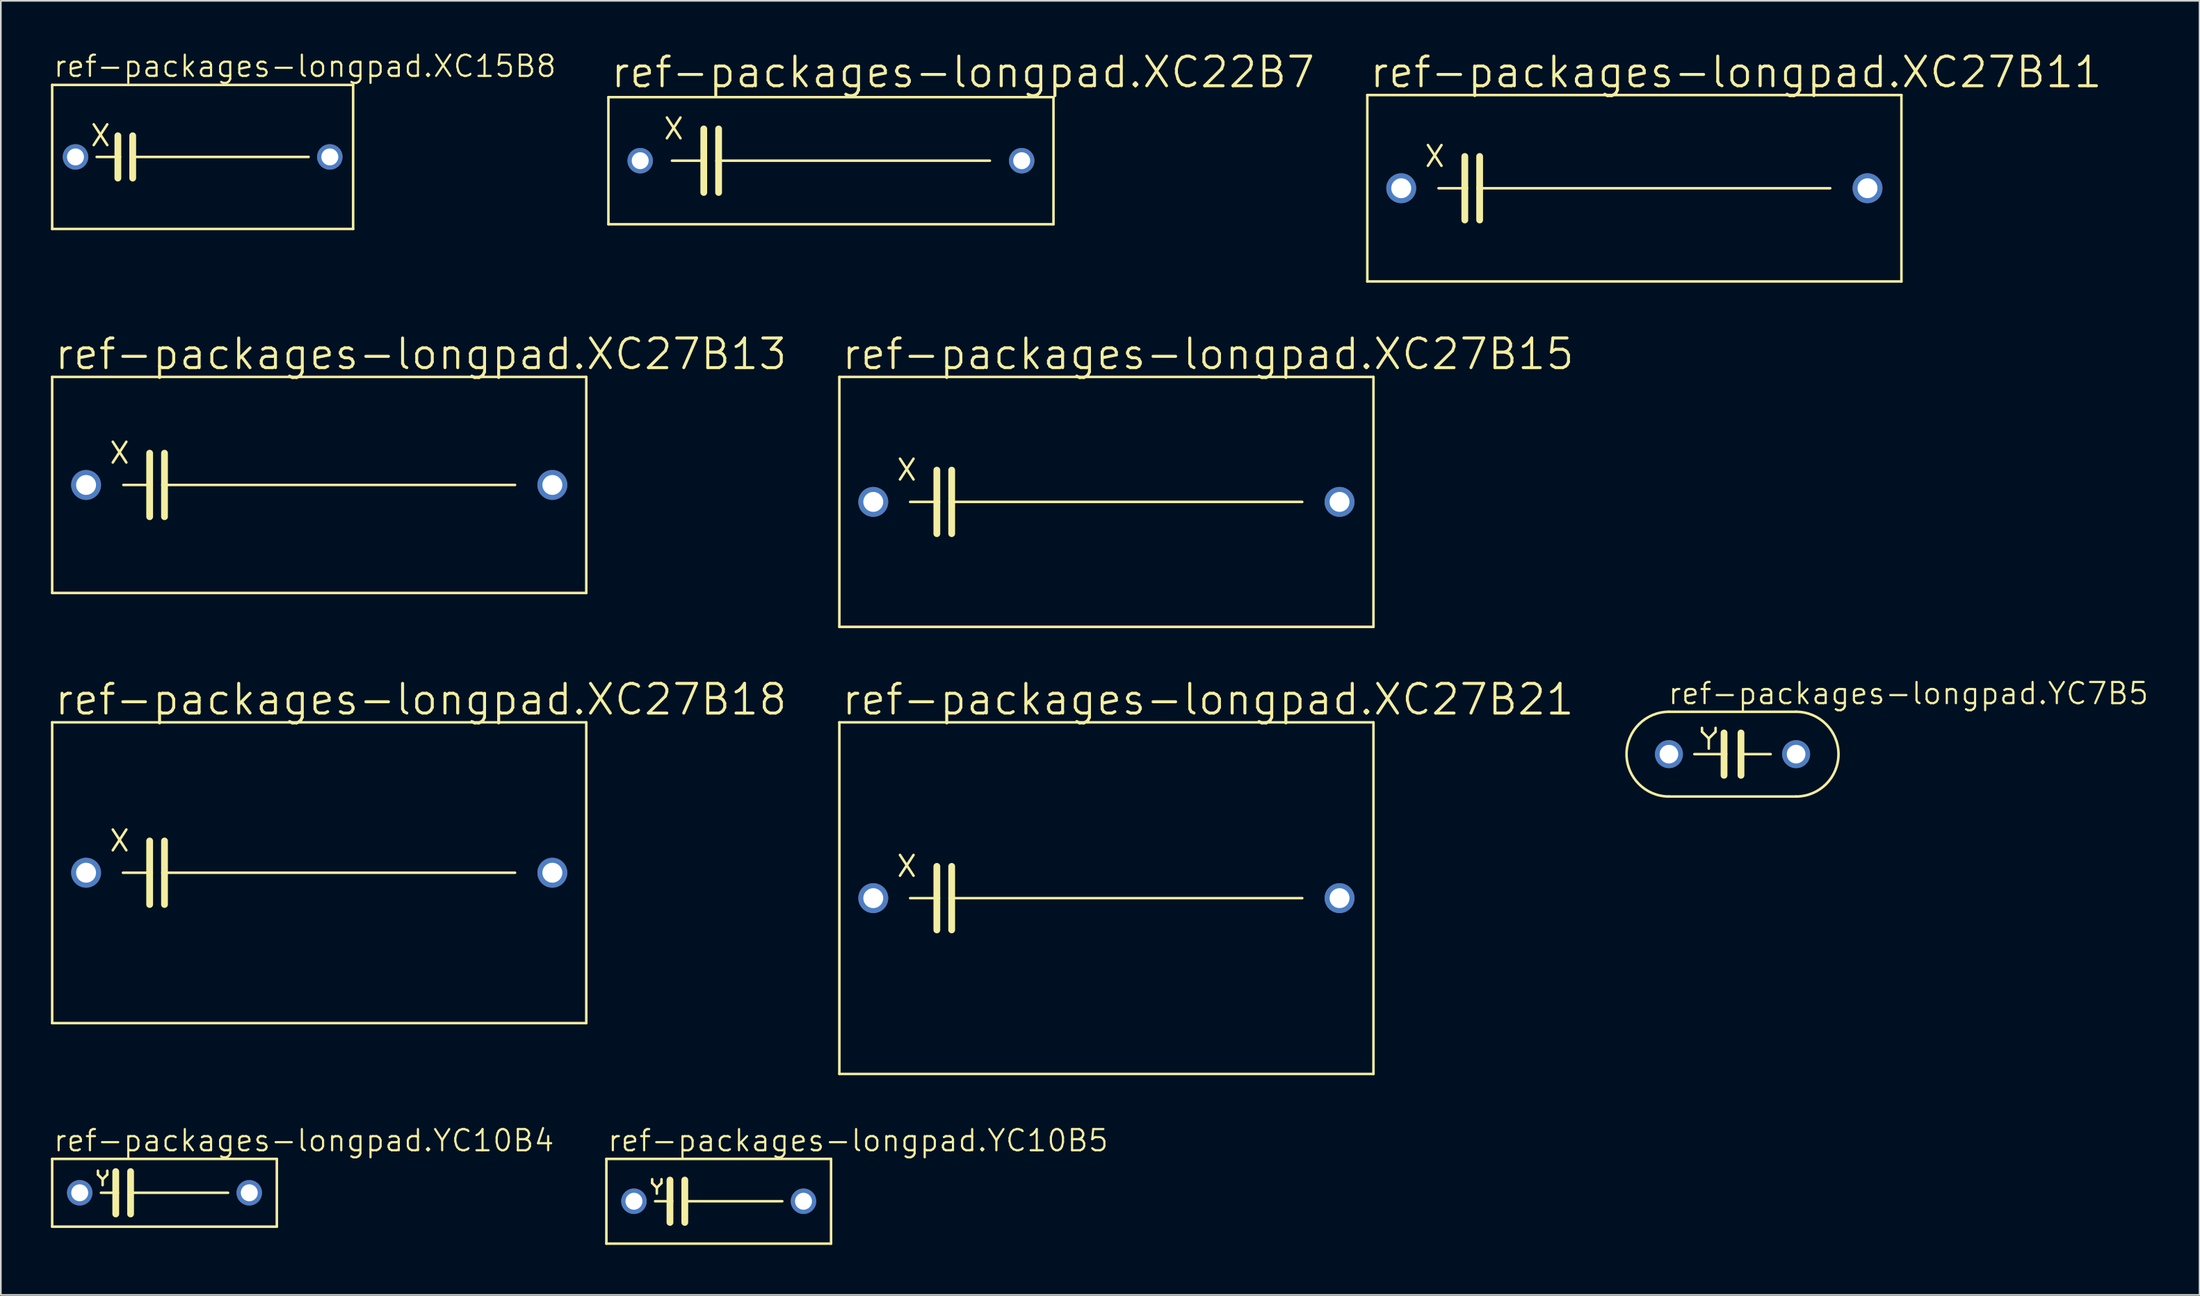
<source format=kicad_pcb>
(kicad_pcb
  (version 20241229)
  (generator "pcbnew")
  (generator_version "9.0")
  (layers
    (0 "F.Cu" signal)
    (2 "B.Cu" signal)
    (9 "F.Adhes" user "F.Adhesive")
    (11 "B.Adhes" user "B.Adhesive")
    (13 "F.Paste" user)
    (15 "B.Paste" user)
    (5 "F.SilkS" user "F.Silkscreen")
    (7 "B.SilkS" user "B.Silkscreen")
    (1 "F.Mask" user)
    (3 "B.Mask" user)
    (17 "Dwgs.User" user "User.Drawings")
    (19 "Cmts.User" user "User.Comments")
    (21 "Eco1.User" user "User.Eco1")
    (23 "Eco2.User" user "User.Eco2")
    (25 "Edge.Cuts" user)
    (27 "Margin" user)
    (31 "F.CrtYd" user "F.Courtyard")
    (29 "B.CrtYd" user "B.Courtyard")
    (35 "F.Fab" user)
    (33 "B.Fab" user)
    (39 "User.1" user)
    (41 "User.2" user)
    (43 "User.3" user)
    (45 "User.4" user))
  (footprint "ref-packages-longpad.XC22B7"
    (layer "F.Cu")
    (at 46.741 6.585)
    (property "Reference" "ref-packages-longpad.XC22B7" (at -13.284 -4.267 0) (layer "F.SilkS") (effects (font (size 1.778 1.778) (thickness 0.18)) (justify left bottom)))
    (attr through_hole)
    (fp_line (start -13.335 -3.81) (end 13.335 -3.81) (stroke (width 0.152) (type default)) (layer "F.SilkS"))
    (fp_line (start -13.335 3.81) (end -13.335 -3.81) (stroke (width 0.152) (type default)) (layer "F.SilkS"))
    (fp_line (start -9.83 -2.591) (end -9.017 -1.346) (stroke (width 0.152) (type default)) (layer "F.SilkS"))
    (fp_line (start -9.83 -1.346) (end -9.017 -2.591) (stroke (width 0.152) (type default)) (layer "F.SilkS"))
    (fp_line (start -9.525 0) (end -7.62 0) (stroke (width 0.152) (type default)) (layer "F.SilkS"))
    (fp_line (start -7.62 -1.905) (end -7.62 0) (stroke (width 0.406) (type default)) (layer "F.SilkS"))
    (fp_line (start -7.62 0) (end -7.62 1.905) (stroke (width 0.406) (type default)) (layer "F.SilkS"))
    (fp_line (start -6.731 -1.905) (end -6.731 0) (stroke (width 0.406) (type default)) (layer "F.SilkS"))
    (fp_line (start -6.731 0) (end -6.731 1.905) (stroke (width 0.406) (type default)) (layer "F.SilkS"))
    (fp_line (start -6.731 0) (end 9.525 0) (stroke (width 0.152) (type default)) (layer "F.SilkS"))
    (fp_line (start 13.335 -3.81) (end 13.335 3.81) (stroke (width 0.152) (type default)) (layer "F.SilkS"))
    (fp_line (start 13.335 3.81) (end -13.335 3.81) (stroke (width 0.152) (type default)) (layer "F.SilkS"))
    (pad "1" thru_hole circle (at -11.43 0) (size 1.524 1.524) (drill 1.016) (layers "*.Cu" "*.Mask"))
    (pad "2" thru_hole circle (at 11.43 0) (size 1.524 1.524) (drill 1.016) (layers "*.Cu" "*.Mask")))
  (footprint "ref-packages-longpad.XC27B21"
    (layer "F.Cu")
    (at 63.247 50.8)
    (property "Reference" "ref-packages-longpad.XC27B21" (at -15.951 -10.871 0) (layer "F.SilkS") (effects (font (size 1.778 1.778) (thickness 0.18)) (justify left bottom)))
    (attr through_hole)
    (fp_line (start -16.002 10.541) (end -16.002 -10.541) (stroke (width 0.152) (type default)) (layer "F.SilkS"))
    (fp_line (start -16.002 10.541) (end 16.002 10.541) (stroke (width 0.152) (type default)) (layer "F.SilkS"))
    (fp_line (start -12.37 -2.591) (end -11.557 -1.346) (stroke (width 0.152) (type default)) (layer "F.SilkS"))
    (fp_line (start -12.37 -1.346) (end -11.557 -2.591) (stroke (width 0.152) (type default)) (layer "F.SilkS"))
    (fp_line (start -11.76 0) (end -10.16 0) (stroke (width 0.152) (type default)) (layer "F.SilkS"))
    (fp_line (start -10.16 -1.905) (end -10.16 0) (stroke (width 0.406) (type default)) (layer "F.SilkS"))
    (fp_line (start -10.16 0) (end -10.16 1.905) (stroke (width 0.406) (type default)) (layer "F.SilkS"))
    (fp_line (start -9.271 -1.905) (end -9.271 0) (stroke (width 0.406) (type default)) (layer "F.SilkS"))
    (fp_line (start -9.271 0) (end -9.271 1.905) (stroke (width 0.406) (type default)) (layer "F.SilkS"))
    (fp_line (start -9.271 0) (end 11.735 0) (stroke (width 0.152) (type default)) (layer "F.SilkS"))
    (fp_line (start 16.002 -10.541) (end -16.002 -10.541) (stroke (width 0.152) (type default)) (layer "F.SilkS"))
    (fp_line (start 16.002 -10.541) (end 16.002 10.541) (stroke (width 0.152) (type default)) (layer "F.SilkS"))
    (pad "1" thru_hole circle (at -13.97 0) (size 1.791 1.791) (drill 1.194) (layers "*.Cu" "*.Mask"))
    (pad "2" thru_hole circle (at 13.97 0) (size 1.791 1.791) (drill 1.194) (layers "*.Cu" "*.Mask")))
  (footprint "ref-packages-longpad.XC27B18"
    (layer "F.Cu")
    (at 16.078 49.276)
    (property "Reference" "ref-packages-longpad.XC27B18" (at -15.951 -9.347 0) (layer "F.SilkS") (effects (font (size 1.778 1.778) (thickness 0.18)) (justify left bottom)))
    (attr through_hole)
    (fp_line (start -16.002 9.017) (end -16.002 -9.017) (stroke (width 0.152) (type default)) (layer "F.SilkS"))
    (fp_line (start -16.002 9.017) (end 16.002 9.017) (stroke (width 0.152) (type default)) (layer "F.SilkS"))
    (fp_line (start -12.37 -2.591) (end -11.557 -1.346) (stroke (width 0.152) (type default)) (layer "F.SilkS"))
    (fp_line (start -12.37 -1.346) (end -11.557 -2.591) (stroke (width 0.152) (type default)) (layer "F.SilkS"))
    (fp_line (start -11.76 0) (end -10.16 0) (stroke (width 0.152) (type default)) (layer "F.SilkS"))
    (fp_line (start -10.16 -1.905) (end -10.16 0) (stroke (width 0.406) (type default)) (layer "F.SilkS"))
    (fp_line (start -10.16 0) (end -10.16 1.905) (stroke (width 0.406) (type default)) (layer "F.SilkS"))
    (fp_line (start -9.271 -1.905) (end -9.271 0) (stroke (width 0.406) (type default)) (layer "F.SilkS"))
    (fp_line (start -9.271 0) (end -9.271 1.905) (stroke (width 0.406) (type default)) (layer "F.SilkS"))
    (fp_line (start -9.271 0) (end 11.735 0) (stroke (width 0.152) (type default)) (layer "F.SilkS"))
    (fp_line (start 16.002 -9.017) (end -16.002 -9.017) (stroke (width 0.152) (type default)) (layer "F.SilkS"))
    (fp_line (start 16.002 -9.017) (end 16.002 9.017) (stroke (width 0.152) (type default)) (layer "F.SilkS"))
    (pad "1" thru_hole circle (at -13.97 0) (size 1.791 1.791) (drill 1.194) (layers "*.Cu" "*.Mask"))
    (pad "2" thru_hole circle (at 13.97 0) (size 1.791 1.791) (drill 1.194) (layers "*.Cu" "*.Mask")))
  (footprint "ref-packages-longpad.XC27B15"
    (layer "F.Cu")
    (at 63.247 27.042)
    (property "Reference" "ref-packages-longpad.XC27B15" (at -15.951 -7.823 0) (layer "F.SilkS") (effects (font (size 1.778 1.778) (thickness 0.18)) (justify left bottom)))
    (attr through_hole)
    (fp_line (start -16.002 7.493) (end -16.002 -7.493) (stroke (width 0.152) (type default)) (layer "F.SilkS"))
    (fp_line (start -16.002 7.493) (end 16.002 7.493) (stroke (width 0.152) (type default)) (layer "F.SilkS"))
    (fp_line (start -12.37 -2.591) (end -11.557 -1.346) (stroke (width 0.152) (type default)) (layer "F.SilkS"))
    (fp_line (start -12.37 -1.346) (end -11.557 -2.591) (stroke (width 0.152) (type default)) (layer "F.SilkS"))
    (fp_line (start -11.76 0) (end -10.16 0) (stroke (width 0.152) (type default)) (layer "F.SilkS"))
    (fp_line (start -10.16 -1.905) (end -10.16 0) (stroke (width 0.406) (type default)) (layer "F.SilkS"))
    (fp_line (start -10.16 0) (end -10.16 1.905) (stroke (width 0.406) (type default)) (layer "F.SilkS"))
    (fp_line (start -9.271 -1.905) (end -9.271 0) (stroke (width 0.406) (type default)) (layer "F.SilkS"))
    (fp_line (start -9.271 0) (end -9.271 1.905) (stroke (width 0.406) (type default)) (layer "F.SilkS"))
    (fp_line (start -9.271 0) (end 11.735 0) (stroke (width 0.152) (type default)) (layer "F.SilkS"))
    (fp_line (start 16.002 -7.493) (end -16.002 -7.493) (stroke (width 0.152) (type default)) (layer "F.SilkS"))
    (fp_line (start 16.002 -7.493) (end 16.002 7.493) (stroke (width 0.152) (type default)) (layer "F.SilkS"))
    (pad "1" thru_hole circle (at -13.97 0) (size 1.791 1.791) (drill 1.194) (layers "*.Cu" "*.Mask"))
    (pad "2" thru_hole circle (at 13.97 0) (size 1.791 1.791) (drill 1.194) (layers "*.Cu" "*.Mask")))
  (footprint "ref-packages-longpad.XC27B13"
    (layer "F.Cu")
    (at 16.078 26.026)
    (property "Reference" "ref-packages-longpad.XC27B13" (at -15.951 -6.807 0) (layer "F.SilkS") (effects (font (size 1.778 1.778) (thickness 0.18)) (justify left bottom)))
    (attr through_hole)
    (fp_line (start -16.002 6.477) (end -16.002 -6.477) (stroke (width 0.152) (type default)) (layer "F.SilkS"))
    (fp_line (start -16.002 6.477) (end 16.002 6.477) (stroke (width 0.152) (type default)) (layer "F.SilkS"))
    (fp_line (start -12.37 -2.591) (end -11.557 -1.346) (stroke (width 0.152) (type default)) (layer "F.SilkS"))
    (fp_line (start -12.37 -1.346) (end -11.557 -2.591) (stroke (width 0.152) (type default)) (layer "F.SilkS"))
    (fp_line (start -11.735 0) (end -10.16 0) (stroke (width 0.152) (type default)) (layer "F.SilkS"))
    (fp_line (start -10.16 -1.905) (end -10.16 0) (stroke (width 0.406) (type default)) (layer "F.SilkS"))
    (fp_line (start -10.16 0) (end -10.16 1.905) (stroke (width 0.406) (type default)) (layer "F.SilkS"))
    (fp_line (start -9.271 -1.905) (end -9.271 0) (stroke (width 0.406) (type default)) (layer "F.SilkS"))
    (fp_line (start -9.271 0) (end -9.271 1.905) (stroke (width 0.406) (type default)) (layer "F.SilkS"))
    (fp_line (start -9.271 0) (end 11.735 0) (stroke (width 0.152) (type default)) (layer "F.SilkS"))
    (fp_line (start 16.002 -6.477) (end -16.002 -6.477) (stroke (width 0.152) (type default)) (layer "F.SilkS"))
    (fp_line (start 16.002 -6.477) (end 16.002 6.477) (stroke (width 0.152) (type default)) (layer "F.SilkS"))
    (pad "1" thru_hole circle (at -13.97 0) (size 1.791 1.791) (drill 1.194) (layers "*.Cu" "*.Mask"))
    (pad "2" thru_hole circle (at 13.97 0) (size 1.791 1.791) (drill 1.194) (layers "*.Cu" "*.Mask")))
  (footprint "ref-packages-longpad.YC10B4"
    (layer "F.Cu")
    (at 6.807 68.465)
    (property "Reference" "ref-packages-longpad.YC10B4" (at -6.731 -2.388 0) (layer "F.SilkS") (effects (font (size 1.27 1.27) (thickness 0.13)) (justify left bottom)))
    (attr through_hole)
    (fp_line (start -6.731 -2.032) (end -6.731 2.032) (stroke (width 0.152) (type default)) (layer "F.SilkS"))
    (fp_line (start -6.731 2.032) (end 6.731 2.032) (stroke (width 0.152) (type default)) (layer "F.SilkS"))
    (fp_line (start -3.988 -1.321) (end -3.988 -1.092) (stroke (width 0.152) (type default)) (layer "F.SilkS"))
    (fp_line (start -3.988 -1.092) (end -3.708 -0.813) (stroke (width 0.152) (type default)) (layer "F.SilkS"))
    (fp_line (start -3.81 0) (end -2.921 0) (stroke (width 0.152) (type default)) (layer "F.SilkS"))
    (fp_line (start -3.708 -0.813) (end -3.708 -0.457) (stroke (width 0.152) (type default)) (layer "F.SilkS"))
    (fp_line (start -3.708 -0.813) (end -3.429 -1.092) (stroke (width 0.152) (type default)) (layer "F.SilkS"))
    (fp_line (start -3.429 -1.092) (end -3.429 -1.321) (stroke (width 0.152) (type default)) (layer "F.SilkS"))
    (fp_line (start -2.921 -1.27) (end -2.921 0) (stroke (width 0.406) (type default)) (layer "F.SilkS"))
    (fp_line (start -2.921 0) (end -2.921 1.27) (stroke (width 0.406) (type default)) (layer "F.SilkS"))
    (fp_line (start -2.032 -1.27) (end -2.032 0) (stroke (width 0.406) (type default)) (layer "F.SilkS"))
    (fp_line (start -2.032 0) (end -2.032 1.27) (stroke (width 0.406) (type default)) (layer "F.SilkS"))
    (fp_line (start 3.81 0) (end -2.032 0) (stroke (width 0.152) (type default)) (layer "F.SilkS"))
    (fp_line (start 6.731 -2.032) (end -6.731 -2.032) (stroke (width 0.152) (type default)) (layer "F.SilkS"))
    (fp_line (start 6.731 2.032) (end 6.731 -2.032) (stroke (width 0.152) (type default)) (layer "F.SilkS"))
    (pad "1" thru_hole circle (at -5.08 0) (size 1.524 1.524) (drill 1.016) (layers "*.Cu" "*.Mask"))
    (pad "2" thru_hole circle (at 5.08 0) (size 1.524 1.524) (drill 1.016) (layers "*.Cu" "*.Mask")))
  (footprint "ref-packages-longpad.YC7B5"
    (layer "F.Cu")
    (at 100.764 42.166)
    (property "Reference" "ref-packages-longpad.YC7B5" (at -3.937 -2.896 0) (layer "F.SilkS") (effects (font (size 1.27 1.27) (thickness 0.13)) (justify left bottom)))
    (attr through_hole)
    (fp_line (start -3.81 -2.54) (end 3.81 -2.54) (stroke (width 0.152) (type default)) (layer "F.SilkS"))
    (fp_line (start -3.81 2.54) (end 3.81 2.54) (stroke (width 0.152) (type default)) (layer "F.SilkS"))
    (fp_line (start -2.286 0) (end -0.508 0) (stroke (width 0.152) (type default)) (layer "F.SilkS"))
    (fp_line (start -1.829 -1.575) (end -1.829 -1.346) (stroke (width 0.152) (type default)) (layer "F.SilkS"))
    (fp_line (start -1.829 -1.346) (end -1.422 -0.94) (stroke (width 0.152) (type default)) (layer "F.SilkS"))
    (fp_line (start -1.422 -0.94) (end -1.422 -0.33) (stroke (width 0.152) (type default)) (layer "F.SilkS"))
    (fp_line (start -1.422 -0.94) (end -1.016 -1.346) (stroke (width 0.152) (type default)) (layer "F.SilkS"))
    (fp_line (start -1.016 -1.346) (end -1.016 -1.575) (stroke (width 0.152) (type default)) (layer "F.SilkS"))
    (fp_line (start -0.508 -1.27) (end -0.508 0) (stroke (width 0.406) (type default)) (layer "F.SilkS"))
    (fp_line (start -0.508 0) (end -0.508 1.27) (stroke (width 0.406) (type default)) (layer "F.SilkS"))
    (fp_line (start 0.508 -1.27) (end 0.508 0) (stroke (width 0.406) (type default)) (layer "F.SilkS"))
    (fp_line (start 0.508 0) (end 0.508 1.27) (stroke (width 0.406) (type default)) (layer "F.SilkS"))
    (fp_line (start 2.286 0) (end 0.508 0) (stroke (width 0.152) (type default)) (layer "F.SilkS"))
    (fp_arc (start -3.81 2.54) (mid -6.35 0) (end -3.81 -2.54) (stroke (width 0.1524) (type default)) (layer "F.SilkS"))
    (fp_arc (start 3.81 -2.54) (mid 6.35 0) (end 3.81 2.54) (stroke (width 0.1524) (type default)) (layer "F.SilkS"))
    (pad "1" thru_hole circle (at -3.81 0) (size 1.676 1.676) (drill 1.118) (layers "*.Cu" "*.Mask"))
    (pad "2" thru_hole circle (at 3.81 0) (size 1.676 1.676) (drill 1.118) (layers "*.Cu" "*.Mask")))
  (footprint "ref-packages-longpad.XC27B11"
    (layer "F.Cu")
    (at 94.883 8.236)
    (property "Reference" "ref-packages-longpad.XC27B11" (at -15.951 -5.918 0) (layer "F.SilkS") (effects (font (size 1.778 1.778) (thickness 0.18)) (justify left bottom)))
    (attr through_hole)
    (fp_line (start -16.002 5.588) (end -16.002 -5.588) (stroke (width 0.152) (type default)) (layer "F.SilkS"))
    (fp_line (start -16.002 5.588) (end 16.002 5.588) (stroke (width 0.152) (type default)) (layer "F.SilkS"))
    (fp_line (start -12.37 -2.591) (end -11.557 -1.346) (stroke (width 0.152) (type default)) (layer "F.SilkS"))
    (fp_line (start -12.37 -1.346) (end -11.557 -2.591) (stroke (width 0.152) (type default)) (layer "F.SilkS"))
    (fp_line (start -11.735 0) (end -10.16 0) (stroke (width 0.152) (type default)) (layer "F.SilkS"))
    (fp_line (start -10.16 -1.905) (end -10.16 0) (stroke (width 0.406) (type default)) (layer "F.SilkS"))
    (fp_line (start -10.16 0) (end -10.16 1.905) (stroke (width 0.406) (type default)) (layer "F.SilkS"))
    (fp_line (start -9.271 -1.905) (end -9.271 0) (stroke (width 0.406) (type default)) (layer "F.SilkS"))
    (fp_line (start -9.271 0) (end -9.271 1.905) (stroke (width 0.406) (type default)) (layer "F.SilkS"))
    (fp_line (start -9.271 0) (end 11.735 0) (stroke (width 0.152) (type default)) (layer "F.SilkS"))
    (fp_line (start 16.002 -5.588) (end -16.002 -5.588) (stroke (width 0.152) (type default)) (layer "F.SilkS"))
    (fp_line (start 16.002 -5.588) (end 16.002 5.588) (stroke (width 0.152) (type default)) (layer "F.SilkS"))
    (pad "1" thru_hole circle (at -13.97 0) (size 1.791 1.791) (drill 1.194) (layers "*.Cu" "*.Mask"))
    (pad "2" thru_hole circle (at 13.97 0) (size 1.791 1.791) (drill 1.194) (layers "*.Cu" "*.Mask")))
  (footprint "ref-packages-longpad.YC10B5"
    (layer "F.Cu")
    (at 40.016 68.973)
    (property "Reference" "ref-packages-longpad.YC10B5" (at -6.731 -2.896 0) (layer "F.SilkS") (effects (font (size 1.27 1.27) (thickness 0.13)) (justify left bottom)))
    (attr through_hole)
    (fp_line (start -6.731 -2.54) (end 6.731 -2.54) (stroke (width 0.152) (type default)) (layer "F.SilkS"))
    (fp_line (start -6.731 2.54) (end -6.731 -2.54) (stroke (width 0.152) (type default)) (layer "F.SilkS"))
    (fp_line (start -3.988 -1.321) (end -3.988 -1.092) (stroke (width 0.152) (type default)) (layer "F.SilkS"))
    (fp_line (start -3.988 -1.092) (end -3.708 -0.813) (stroke (width 0.152) (type default)) (layer "F.SilkS"))
    (fp_line (start -3.81 0) (end -2.921 0) (stroke (width 0.152) (type default)) (layer "F.SilkS"))
    (fp_line (start -3.708 -0.813) (end -3.708 -0.457) (stroke (width 0.152) (type default)) (layer "F.SilkS"))
    (fp_line (start -3.708 -0.813) (end -3.429 -1.092) (stroke (width 0.152) (type default)) (layer "F.SilkS"))
    (fp_line (start -3.429 -1.092) (end -3.429 -1.321) (stroke (width 0.152) (type default)) (layer "F.SilkS"))
    (fp_line (start -2.921 -1.27) (end -2.921 0) (stroke (width 0.406) (type default)) (layer "F.SilkS"))
    (fp_line (start -2.921 0) (end -2.921 1.27) (stroke (width 0.406) (type default)) (layer "F.SilkS"))
    (fp_line (start -2.032 -1.27) (end -2.032 0) (stroke (width 0.406) (type default)) (layer "F.SilkS"))
    (fp_line (start -2.032 0) (end -2.032 1.27) (stroke (width 0.406) (type default)) (layer "F.SilkS"))
    (fp_line (start 3.81 0) (end -2.032 0) (stroke (width 0.152) (type default)) (layer "F.SilkS"))
    (fp_line (start 6.731 -2.54) (end 6.731 2.54) (stroke (width 0.152) (type default)) (layer "F.SilkS"))
    (fp_line (start 6.731 2.54) (end -6.731 2.54) (stroke (width 0.152) (type default)) (layer "F.SilkS"))
    (pad "1" thru_hole circle (at -5.08 0) (size 1.524 1.524) (drill 1.016) (layers "*.Cu" "*.Mask"))
    (pad "2" thru_hole circle (at 5.08 0) (size 1.524 1.524) (drill 1.016) (layers "*.Cu" "*.Mask")))
  (footprint "ref-packages-longpad.XC15B8"
    (layer "F.Cu")
    (at 9.093 6.359)
    (property "Reference" "ref-packages-longpad.XC15B8" (at -9.017 -4.699 0) (layer "F.SilkS") (effects (font (size 1.27 1.27) (thickness 0.13)) (justify left bottom)))
    (attr through_hole)
    (fp_line (start -9.017 4.318) (end -9.017 -4.318) (stroke (width 0.152) (type default)) (layer "F.SilkS"))
    (fp_line (start -9.017 4.318) (end 9.017 4.318) (stroke (width 0.152) (type default)) (layer "F.SilkS"))
    (fp_line (start -6.528 -1.956) (end -5.715 -0.711) (stroke (width 0.152) (type default)) (layer "F.SilkS"))
    (fp_line (start -6.528 -0.711) (end -5.715 -1.956) (stroke (width 0.152) (type default)) (layer "F.SilkS"))
    (fp_line (start -6.35 0) (end -5.08 0) (stroke (width 0.152) (type default)) (layer "F.SilkS"))
    (fp_line (start -5.08 -1.27) (end -5.08 0) (stroke (width 0.406) (type default)) (layer "F.SilkS"))
    (fp_line (start -5.08 0) (end -5.08 1.27) (stroke (width 0.406) (type default)) (layer "F.SilkS"))
    (fp_line (start -4.191 -1.27) (end -4.191 0) (stroke (width 0.406) (type default)) (layer "F.SilkS"))
    (fp_line (start -4.191 0) (end -4.191 1.27) (stroke (width 0.406) (type default)) (layer "F.SilkS"))
    (fp_line (start 6.35 0) (end -4.191 0) (stroke (width 0.152) (type default)) (layer "F.SilkS"))
    (fp_line (start 9.017 -4.318) (end -9.017 -4.318) (stroke (width 0.152) (type default)) (layer "F.SilkS"))
    (fp_line (start 9.017 -4.318) (end 9.017 4.318) (stroke (width 0.152) (type default)) (layer "F.SilkS"))
    (pad "1" thru_hole circle (at -7.62 0) (size 1.524 1.524) (drill 1.016) (layers "*.Cu" "*.Mask"))
    (pad "2" thru_hole circle (at 7.62 0) (size 1.524 1.524) (drill 1.016) (layers "*.Cu" "*.Mask")))
  (gr_rect
    (start -3 -3)
    (end 128.749 74.589)
    (stroke (width 0.1) (type default))
    (fill no)
    (layer "Edge.Cuts")))
</source>
